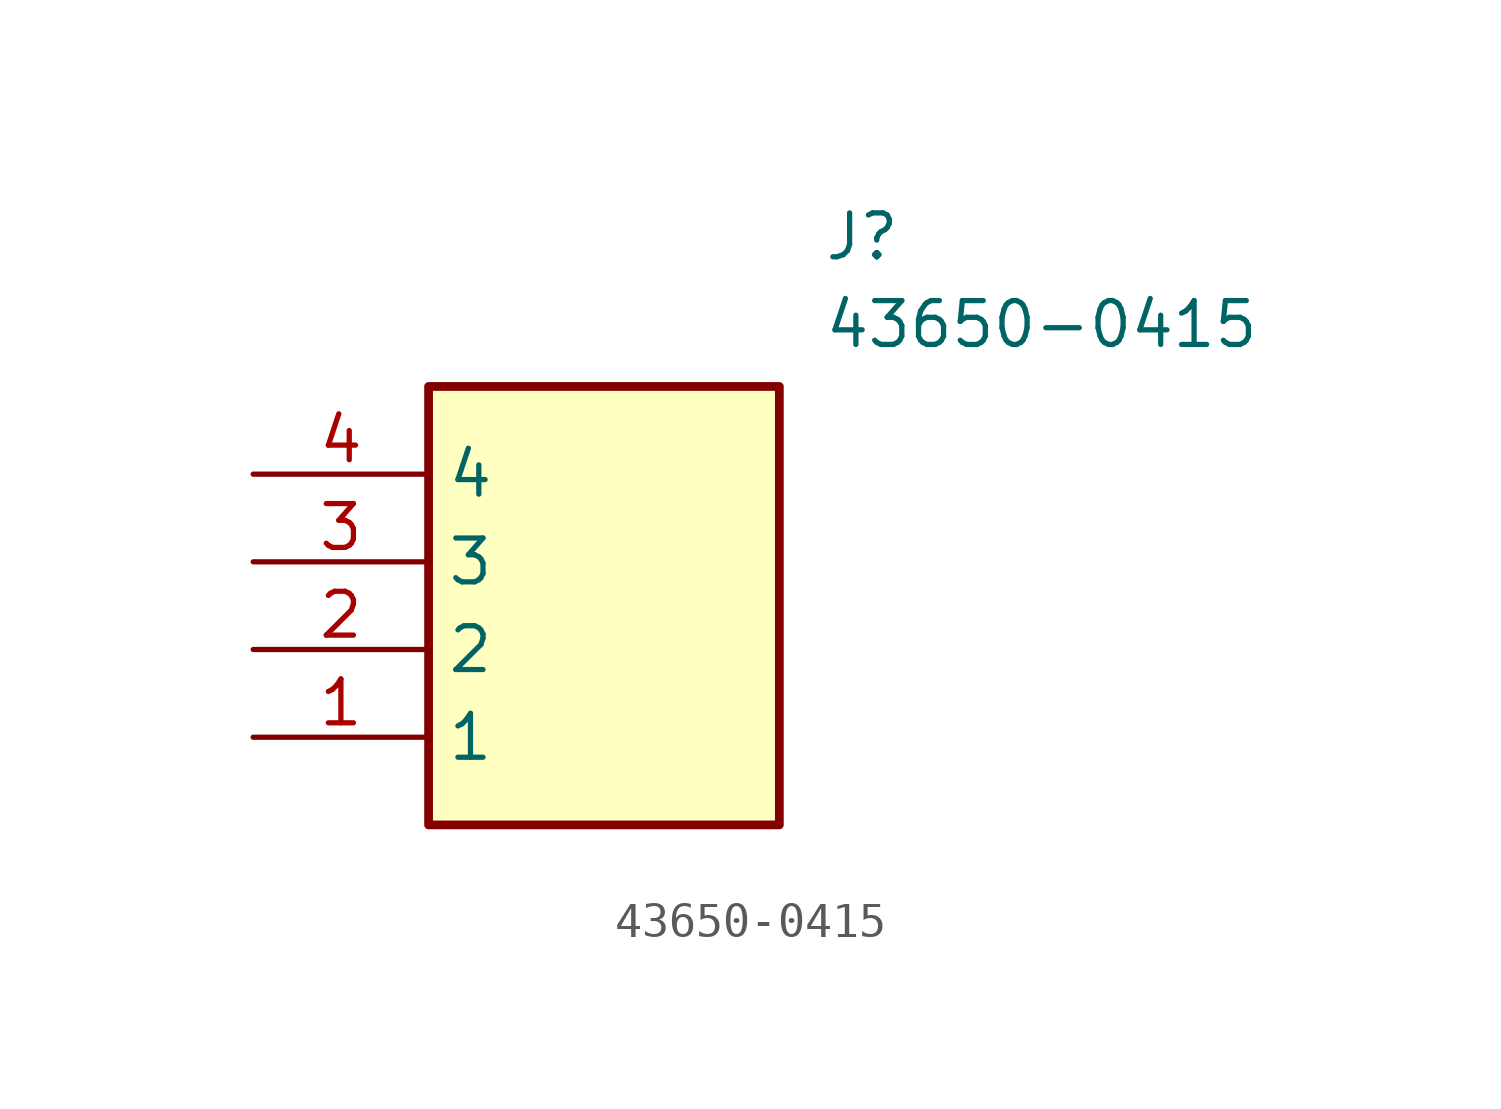
<source format=kicad_sym>
(kicad_symbol_lib
  (version 20211014)
  (generator SamacSys_ECAD_Model)
  (symbol "43650-0415"
    (property "Reference" "J"
      (at 16.51 7.62 0)
      (effects (font (size 1.27 1.27)) (justify left top)))
    (property "Value" "43650-0415"
      (at 16.51 5.08 0)
      (effects (font (size 1.27 1.27)) (justify left top)))
    (rectangle
      (start 5.08 2.54)
      (end 15.24 -10.16)
      (stroke (width 0.254) (type default))
      (fill (type background)))
    (pin passive line
      (at 0 -7.62 0)
      (length 5.08)
      (name "1" (effects (font (size 1.27 1.27))))
      (number "1" (effects (font (size 1.27 1.27)))))
    (pin passive line
      (at 0 -5.08 0)
      (length 5.08)
      (name "2" (effects (font (size 1.27 1.27))))
      (number "2" (effects (font (size 1.27 1.27)))))
    (pin passive line
      (at 0 -2.54 0)
      (length 5.08)
      (name "3" (effects (font (size 1.27 1.27))))
      (number "3" (effects (font (size 1.27 1.27)))))
    (pin passive line
      (at 0 0 0)
      (length 5.08)
      (name "4" (effects (font (size 1.27 1.27))))
      (number "4" (effects (font (size 1.27 1.27)))))))
</source>
